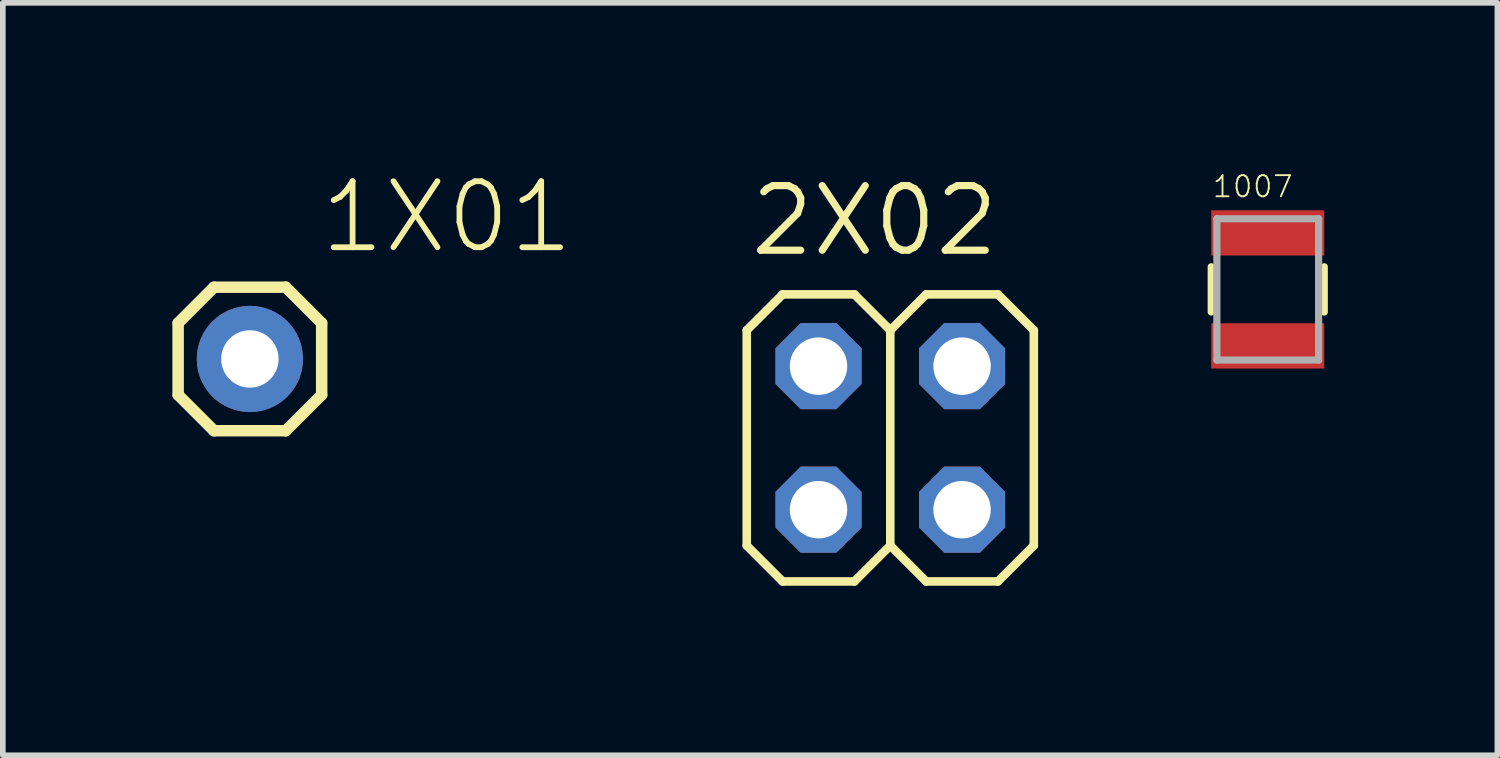
<source format=kicad_pcb>
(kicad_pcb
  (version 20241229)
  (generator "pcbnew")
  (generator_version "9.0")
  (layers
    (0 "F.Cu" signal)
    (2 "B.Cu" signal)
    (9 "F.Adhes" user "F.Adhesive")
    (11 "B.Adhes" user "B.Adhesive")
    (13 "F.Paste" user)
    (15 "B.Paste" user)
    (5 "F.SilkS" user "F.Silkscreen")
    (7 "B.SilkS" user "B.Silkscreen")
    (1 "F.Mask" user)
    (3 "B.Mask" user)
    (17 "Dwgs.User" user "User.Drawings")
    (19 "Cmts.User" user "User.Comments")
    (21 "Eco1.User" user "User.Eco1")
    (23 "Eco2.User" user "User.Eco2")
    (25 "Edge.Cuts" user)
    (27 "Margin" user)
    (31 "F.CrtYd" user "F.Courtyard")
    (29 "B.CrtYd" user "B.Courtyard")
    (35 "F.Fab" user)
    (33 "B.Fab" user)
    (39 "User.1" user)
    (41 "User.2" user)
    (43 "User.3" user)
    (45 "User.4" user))
  (footprint "1007"
    (layer "F.Cu")
    (at 19.383 2.071)
    (property "Reference" "1007" (at -1 -1.6 0) (unlocked yes) (layer "F.SilkS") (effects (font (size 0.374 0.374) (thickness 0.033)) (justify left bottom)))
    (fp_line (start -1 0.4) (end -1 -0.4) (stroke (width 0.127) (type solid)) (layer "F.SilkS"))
    (fp_line (start 1 0.4) (end 1 -0.4) (stroke (width 0.127) (type solid)) (layer "F.SilkS"))
    (fp_line (start -0.9 -1.25) (end -0.9 1.25) (stroke (width 0.127) (type solid)) (layer "F.Fab"))
    (fp_line (start -0.9 1.25) (end 0.9 1.25) (stroke (width 0.127) (type solid)) (layer "F.Fab"))
    (fp_line (start 0.9 -1.25) (end -0.9 -1.25) (stroke (width 0.127) (type solid)) (layer "F.Fab"))
    (fp_line (start 0.9 1.25) (end 0.9 -1.25) (stroke (width 0.127) (type solid)) (layer "F.Fab"))
    (pad "1" smd rect (at 0 -1) (size 2 0.8) (layers "F.Cu" "F.Mask" "F.Paste"))
    (pad "2" smd rect (at 0 1) (size 2 0.8) (layers "F.Cu" "F.Mask" "F.Paste")))
  (footprint "2X02"
    (layer "F.Cu")
    (at 12.704 4.699)
    (property "Reference" "2X02" (at -2.54 -3.175 0) (unlocked yes) (layer "F.SilkS") (effects (font (size 1.143 1.143) (thickness 0.127)) (justify left bottom)))
    (fp_line (start -2.54 -1.905) (end -1.905 -2.54) (stroke (width 0.152) (type solid)) (layer "F.SilkS"))
    (fp_line (start -2.54 1.905) (end -2.54 -1.905) (stroke (width 0.152) (type solid)) (layer "F.SilkS"))
    (fp_line (start -2.54 1.905) (end -1.905 2.54) (stroke (width 0.152) (type solid)) (layer "F.SilkS"))
    (fp_line (start -1.905 -2.54) (end -0.635 -2.54) (stroke (width 0.152) (type solid)) (layer "F.SilkS"))
    (fp_line (start -1.905 2.54) (end -0.635 2.54) (stroke (width 0.152) (type solid)) (layer "F.SilkS"))
    (fp_line (start -0.635 -2.54) (end 0 -1.905) (stroke (width 0.152) (type solid)) (layer "F.SilkS"))
    (fp_line (start -0.635 2.54) (end 0 1.905) (stroke (width 0.152) (type solid)) (layer "F.SilkS"))
    (fp_line (start 0 -1.905) (end 0 1.905) (stroke (width 0.152) (type solid)) (layer "F.SilkS"))
    (fp_line (start 0 -1.905) (end 0.635 -2.54) (stroke (width 0.152) (type solid)) (layer "F.SilkS"))
    (fp_line (start 0 1.905) (end 0.635 2.54) (stroke (width 0.152) (type solid)) (layer "F.SilkS"))
    (fp_line (start 0.635 -2.54) (end 1.905 -2.54) (stroke (width 0.152) (type solid)) (layer "F.SilkS"))
    (fp_line (start 0.635 2.54) (end 1.905 2.54) (stroke (width 0.152) (type solid)) (layer "F.SilkS"))
    (fp_line (start 1.905 -2.54) (end 2.54 -1.905) (stroke (width 0.152) (type solid)) (layer "F.SilkS"))
    (fp_line (start 1.905 2.54) (end 2.54 1.905) (stroke (width 0.152) (type solid)) (layer "F.SilkS"))
    (fp_line (start 2.54 -1.905) (end 2.54 1.905) (stroke (width 0.152) (type solid)) (layer "F.SilkS"))
    (fp_poly (pts (xy -1.524 -1.016) (xy -1.016 -1.016) (xy -1.016 -1.524) (xy -1.524 -1.524)) (stroke (width 0.1) (type default)) (fill no) (layer "F.Fab"))
    (fp_poly (pts (xy -1.524 1.524) (xy -1.016 1.524) (xy -1.016 1.016) (xy -1.524 1.016)) (stroke (width 0.1) (type default)) (fill no) (layer "F.Fab"))
    (fp_poly (pts (xy 1.016 -1.016) (xy 1.524 -1.016) (xy 1.524 -1.524) (xy 1.016 -1.524)) (stroke (width 0.1) (type default)) (fill no) (layer "F.Fab"))
    (fp_poly (pts (xy 1.016 1.524) (xy 1.524 1.524) (xy 1.524 1.016) (xy 1.016 1.016)) (stroke (width 0.1) (type default)) (fill no) (layer "F.Fab"))
    (pad "1" thru_hole roundrect (at -1.27 1.27) (size 1.524 1.524) (drill 1.016) (layers "*.Cu" "*.Mask") (roundrect_rratio 0.25) (chamfer_ratio 0.293) (chamfer top_left top_right bottom_left bottom_right))
    (pad "2" thru_hole roundrect (at -1.27 -1.27) (size 1.524 1.524) (drill 1.016) (layers "*.Cu" "*.Mask") (roundrect_rratio 0.25) (chamfer_ratio 0.293) (chamfer top_left top_right bottom_left bottom_right))
    (pad "3" thru_hole roundrect (at 1.27 1.27) (size 1.524 1.524) (drill 1.016) (layers "*.Cu" "*.Mask") (roundrect_rratio 0.25) (chamfer_ratio 0.293) (chamfer top_left top_right bottom_left bottom_right))
    (pad "4" thru_hole roundrect (at 1.27 -1.27) (size 1.524 1.524) (drill 1.016) (layers "*.Cu" "*.Mask") (roundrect_rratio 0.25) (chamfer_ratio 0.293) (chamfer top_left top_right bottom_left bottom_right)))
  (footprint "1X01"
    (layer "F.Cu")
    (at 1.372 3.302)
    (property "Reference" "1X01" (at 1.194 -1.829 0) (unlocked yes) (layer "F.SilkS") (effects (font (size 1.168 1.168) (thickness 0.102)) (justify left bottom)))
    (fp_line (start -1.27 -0.635) (end -1.27 0.635) (stroke (width 0.203) (type solid)) (layer "F.SilkS"))
    (fp_line (start -1.27 0.635) (end -0.635 1.27) (stroke (width 0.203) (type solid)) (layer "F.SilkS"))
    (fp_line (start -0.635 -1.27) (end -1.27 -0.635) (stroke (width 0.203) (type solid)) (layer "F.SilkS"))
    (fp_line (start -0.635 1.27) (end 0.635 1.27) (stroke (width 0.203) (type solid)) (layer "F.SilkS"))
    (fp_line (start 0.635 -1.27) (end -0.635 -1.27) (stroke (width 0.203) (type solid)) (layer "F.SilkS"))
    (fp_line (start 0.635 1.27) (end 1.27 0.635) (stroke (width 0.203) (type solid)) (layer "F.SilkS"))
    (fp_line (start 1.27 -0.635) (end 0.635 -1.27) (stroke (width 0.203) (type solid)) (layer "F.SilkS"))
    (fp_line (start 1.27 0.635) (end 1.27 -0.635) (stroke (width 0.203) (type solid)) (layer "F.SilkS"))
    (fp_poly (pts (xy -0.254 0.254) (xy 0.254 0.254) (xy 0.254 -0.254) (xy -0.254 -0.254)) (stroke (width 0.1) (type default)) (fill no) (layer "F.Fab"))
    (pad "1" thru_hole circle (at 0 0 90) (size 1.88 1.88) (drill 1.016) (layers "*.Cu" "*.Mask")))
  (gr_rect
    (start -3 -3)
    (end 23.447 10.315)
    (stroke (width 0.1) (type default))
    (fill no)
    (layer "Edge.Cuts")))
</source>
